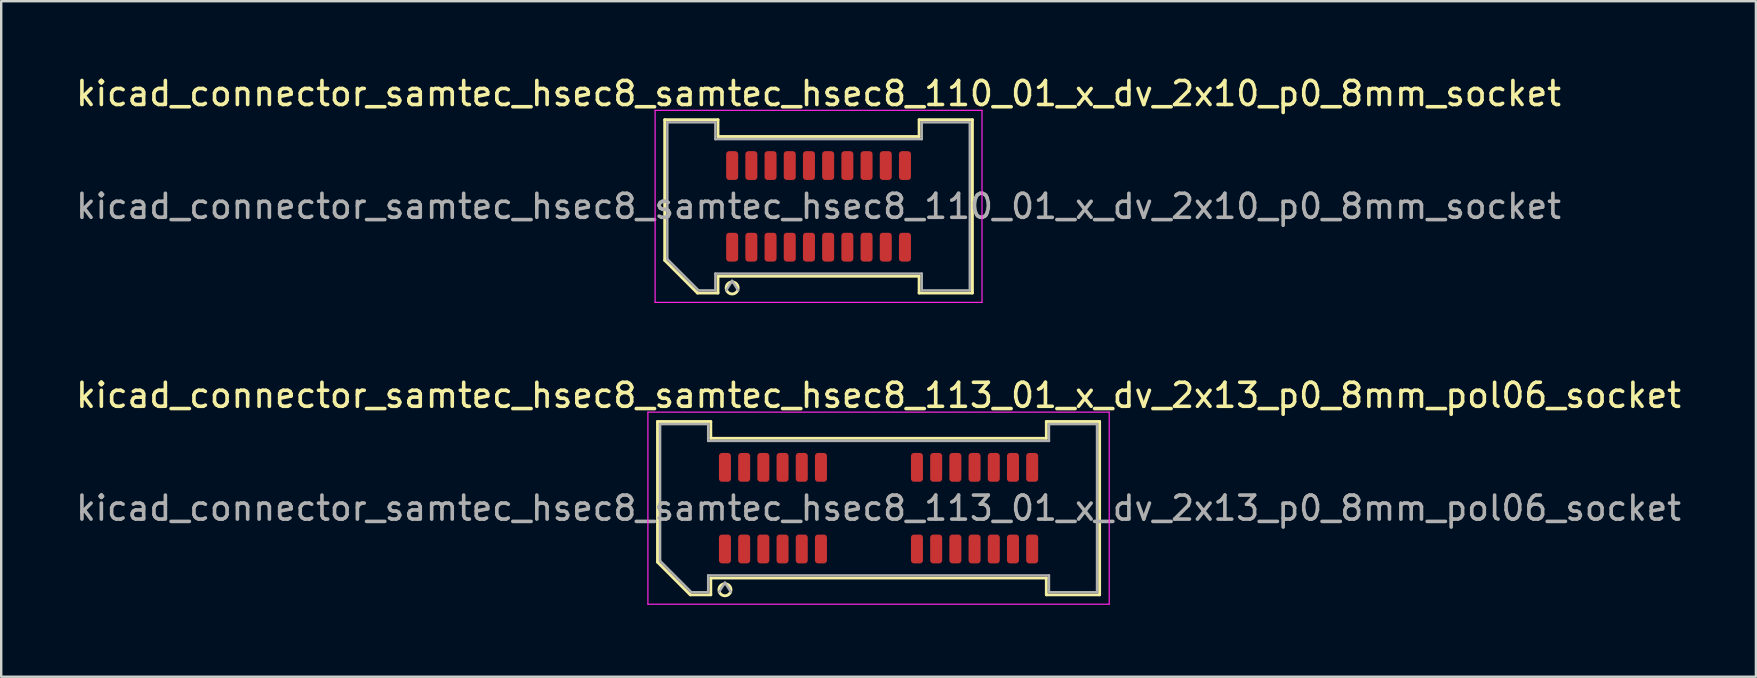
<source format=kicad_pcb>
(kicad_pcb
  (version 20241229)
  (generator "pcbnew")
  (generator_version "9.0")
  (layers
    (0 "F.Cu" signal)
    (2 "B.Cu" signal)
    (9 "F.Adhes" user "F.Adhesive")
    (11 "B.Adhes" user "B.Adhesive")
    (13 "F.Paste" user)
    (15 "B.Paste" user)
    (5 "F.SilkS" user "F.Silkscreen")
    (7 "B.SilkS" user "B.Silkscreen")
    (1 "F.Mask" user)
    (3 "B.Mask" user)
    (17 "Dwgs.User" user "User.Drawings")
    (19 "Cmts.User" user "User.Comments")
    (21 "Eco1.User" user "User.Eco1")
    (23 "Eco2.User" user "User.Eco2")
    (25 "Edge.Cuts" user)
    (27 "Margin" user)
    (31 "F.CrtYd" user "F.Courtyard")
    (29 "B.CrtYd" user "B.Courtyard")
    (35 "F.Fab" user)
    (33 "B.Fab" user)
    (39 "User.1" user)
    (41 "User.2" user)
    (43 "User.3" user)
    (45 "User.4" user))
  (footprint "kicad_connector_samtec_hsec8_samtec_hsec8_110_01_x_dv_2x10_p0_8mm_socket"
    (layer "F.Cu")
    (at 31.054 5.548)
    (property "Reference" "kicad_connector_samtec_hsec8_samtec_hsec8_110_01_x_dv_2x10_p0_8mm_socket" (at 0 -4.7 0) (layer "F.SilkS") (effects (font (size 1 1) (thickness 0.15))))
    (attr smd)
    (fp_line (start -6.41 -3.61) (end -4.19 -3.61) (stroke (width 0.12) (type solid)) (layer "F.SilkS"))
    (fp_line (start -6.41 2.246) (end -6.41 -3.61) (stroke (width 0.12) (type solid)) (layer "F.SilkS"))
    (fp_line (start -5.046 3.61) (end -6.41 2.246) (stroke (width 0.12) (type solid)) (layer "F.SilkS"))
    (fp_line (start -4.19 -3.61) (end -4.19 -2.91) (stroke (width 0.12) (type solid)) (layer "F.SilkS"))
    (fp_line (start -4.19 -2.91) (end 4.19 -2.91) (stroke (width 0.12) (type solid)) (layer "F.SilkS"))
    (fp_line (start -4.19 2.91) (end -4.19 3.61) (stroke (width 0.12) (type solid)) (layer "F.SilkS"))
    (fp_line (start -4.19 3.61) (end -5.046 3.61) (stroke (width 0.12) (type solid)) (layer "F.SilkS"))
    (fp_line (start 4.19 -3.61) (end 6.41 -3.61) (stroke (width 0.12) (type solid)) (layer "F.SilkS"))
    (fp_line (start 4.19 -2.91) (end 4.19 -3.61) (stroke (width 0.12) (type solid)) (layer "F.SilkS"))
    (fp_line (start 4.19 2.91) (end -4.19 2.91) (stroke (width 0.12) (type solid)) (layer "F.SilkS"))
    (fp_line (start 4.19 3.61) (end 4.19 2.91) (stroke (width 0.12) (type solid)) (layer "F.SilkS"))
    (fp_line (start 6.41 -3.61) (end 6.41 3.61) (stroke (width 0.12) (type solid)) (layer "F.SilkS"))
    (fp_line (start 6.41 3.61) (end 4.19 3.61) (stroke (width 0.12) (type solid)) (layer "F.SilkS"))
    (fp_arc (start -3.35 3.4) (mid -3.85 3.4) (end -3.35 3.4) (stroke (width 0.12) (type solid)) (layer "F.SilkS"))
    (fp_line (start -6.81 -4) (end -6.81 4) (stroke (width 0.05) (type solid)) (layer "F.CrtYd"))
    (fp_line (start -6.81 4) (end 6.81 4) (stroke (width 0.05) (type solid)) (layer "F.CrtYd"))
    (fp_line (start 6.81 -4) (end -6.81 -4) (stroke (width 0.05) (type solid)) (layer "F.CrtYd"))
    (fp_line (start 6.81 4) (end 6.81 -4) (stroke (width 0.05) (type solid)) (layer "F.CrtYd"))
    (fp_line (start -6.3 -3.5) (end -4.3 -3.5) (stroke (width 0.1) (type solid)) (layer "F.Fab"))
    (fp_line (start -6.3 2.2) (end -6.3 -3.5) (stroke (width 0.1) (type solid)) (layer "F.Fab"))
    (fp_line (start -5 3.5) (end -6.3 2.2) (stroke (width 0.1) (type solid)) (layer "F.Fab"))
    (fp_line (start -4.3 -3.5) (end -4.3 -2.8) (stroke (width 0.1) (type solid)) (layer "F.Fab"))
    (fp_line (start -4.3 -2.8) (end 4.3 -2.8) (stroke (width 0.1) (type solid)) (layer "F.Fab"))
    (fp_line (start -4.3 2.8) (end -4.3 3.5) (stroke (width 0.1) (type solid)) (layer "F.Fab"))
    (fp_line (start -4.3 3.5) (end -5 3.5) (stroke (width 0.1) (type solid)) (layer "F.Fab"))
    (fp_line (start -3.6 3.1) (end -3.85 3.5) (stroke (width 0.1) (type solid)) (layer "F.Fab"))
    (fp_line (start -3.6 3.1) (end -3.35 3.5) (stroke (width 0.1) (type solid)) (layer "F.Fab"))
    (fp_line (start 4.3 -3.5) (end 6.3 -3.5) (stroke (width 0.1) (type solid)) (layer "F.Fab"))
    (fp_line (start 4.3 -2.8) (end 4.3 -3.5) (stroke (width 0.1) (type solid)) (layer "F.Fab"))
    (fp_line (start 4.3 2.8) (end -4.3 2.8) (stroke (width 0.1) (type solid)) (layer "F.Fab"))
    (fp_line (start 4.3 3.5) (end 4.3 2.8) (stroke (width 0.1) (type solid)) (layer "F.Fab"))
    (fp_line (start 6.3 -3.5) (end 6.3 3.5) (stroke (width 0.1) (type solid)) (layer "F.Fab"))
    (fp_line (start 6.3 3.5) (end 4.3 3.5) (stroke (width 0.1) (type solid)) (layer "F.Fab"))
    (fp_text user "${REFERENCE}" (at 0 0 0) (layer "F.Fab") (effects (font (size 1 1) (thickness 0.15))))
    (pad "1" smd roundrect (at -3.6 1.7) (size 0.5 1.2) (layers "F.Cu" "F.Mask" "F.Paste") (roundrect_rratio 0.25))
    (pad "2" smd roundrect (at -3.6 -1.7) (size 0.5 1.2) (layers "F.Cu" "F.Mask" "F.Paste") (roundrect_rratio 0.25))
    (pad "3" smd roundrect (at -2.8 1.7) (size 0.5 1.2) (layers "F.Cu" "F.Mask" "F.Paste") (roundrect_rratio 0.25))
    (pad "4" smd roundrect (at -2.8 -1.7) (size 0.5 1.2) (layers "F.Cu" "F.Mask" "F.Paste") (roundrect_rratio 0.25))
    (pad "5" smd roundrect (at -2 1.7) (size 0.5 1.2) (layers "F.Cu" "F.Mask" "F.Paste") (roundrect_rratio 0.25))
    (pad "6" smd roundrect (at -2 -1.7) (size 0.5 1.2) (layers "F.Cu" "F.Mask" "F.Paste") (roundrect_rratio 0.25))
    (pad "7" smd roundrect (at -1.2 1.7) (size 0.5 1.2) (layers "F.Cu" "F.Mask" "F.Paste") (roundrect_rratio 0.25))
    (pad "8" smd roundrect (at -1.2 -1.7) (size 0.5 1.2) (layers "F.Cu" "F.Mask" "F.Paste") (roundrect_rratio 0.25))
    (pad "9" smd roundrect (at -0.4 1.7) (size 0.5 1.2) (layers "F.Cu" "F.Mask" "F.Paste") (roundrect_rratio 0.25))
    (pad "10" smd roundrect (at -0.4 -1.7) (size 0.5 1.2) (layers "F.Cu" "F.Mask" "F.Paste") (roundrect_rratio 0.25))
    (pad "11" smd roundrect (at 0.4 1.7) (size 0.5 1.2) (layers "F.Cu" "F.Mask" "F.Paste") (roundrect_rratio 0.25))
    (pad "12" smd roundrect (at 0.4 -1.7) (size 0.5 1.2) (layers "F.Cu" "F.Mask" "F.Paste") (roundrect_rratio 0.25))
    (pad "13" smd roundrect (at 1.2 1.7) (size 0.5 1.2) (layers "F.Cu" "F.Mask" "F.Paste") (roundrect_rratio 0.25))
    (pad "14" smd roundrect (at 1.2 -1.7) (size 0.5 1.2) (layers "F.Cu" "F.Mask" "F.Paste") (roundrect_rratio 0.25))
    (pad "15" smd roundrect (at 2 1.7) (size 0.5 1.2) (layers "F.Cu" "F.Mask" "F.Paste") (roundrect_rratio 0.25))
    (pad "16" smd roundrect (at 2 -1.7) (size 0.5 1.2) (layers "F.Cu" "F.Mask" "F.Paste") (roundrect_rratio 0.25))
    (pad "17" smd roundrect (at 2.8 1.7) (size 0.5 1.2) (layers "F.Cu" "F.Mask" "F.Paste") (roundrect_rratio 0.25))
    (pad "18" smd roundrect (at 2.8 -1.7) (size 0.5 1.2) (layers "F.Cu" "F.Mask" "F.Paste") (roundrect_rratio 0.25))
    (pad "19" smd roundrect (at 3.6 1.7) (size 0.5 1.2) (layers "F.Cu" "F.Mask" "F.Paste") (roundrect_rratio 0.25))
    (pad "20" smd roundrect (at 3.6 -1.7) (size 0.5 1.2) (layers "F.Cu" "F.Mask" "F.Paste") (roundrect_rratio 0.25)))
  (footprint "kicad_connector_samtec_hsec8_samtec_hsec8_113_01_x_dv_2x13_p0_8mm_pol06_socket"
    (layer "F.Cu")
    (at 33.554 18.122)
    (property "Reference" "kicad_connector_samtec_hsec8_samtec_hsec8_113_01_x_dv_2x13_p0_8mm_pol06_socket" (at 0 -4.7 0) (layer "F.SilkS") (effects (font (size 1 1) (thickness 0.15))))
    (attr smd)
    (fp_line (start -9.21 -3.61) (end -6.99 -3.61) (stroke (width 0.12) (type solid)) (layer "F.SilkS"))
    (fp_line (start -9.21 2.246) (end -9.21 -3.61) (stroke (width 0.12) (type solid)) (layer "F.SilkS"))
    (fp_line (start -7.846 3.61) (end -9.21 2.246) (stroke (width 0.12) (type solid)) (layer "F.SilkS"))
    (fp_line (start -6.99 -3.61) (end -6.99 -2.91) (stroke (width 0.12) (type solid)) (layer "F.SilkS"))
    (fp_line (start -6.99 -2.91) (end 6.99 -2.91) (stroke (width 0.12) (type solid)) (layer "F.SilkS"))
    (fp_line (start -6.99 2.91) (end -6.99 3.61) (stroke (width 0.12) (type solid)) (layer "F.SilkS"))
    (fp_line (start -6.99 3.61) (end -7.846 3.61) (stroke (width 0.12) (type solid)) (layer "F.SilkS"))
    (fp_line (start 6.99 -3.61) (end 9.21 -3.61) (stroke (width 0.12) (type solid)) (layer "F.SilkS"))
    (fp_line (start 6.99 -2.91) (end 6.99 -3.61) (stroke (width 0.12) (type solid)) (layer "F.SilkS"))
    (fp_line (start 6.99 2.91) (end -6.99 2.91) (stroke (width 0.12) (type solid)) (layer "F.SilkS"))
    (fp_line (start 6.99 3.61) (end 6.99 2.91) (stroke (width 0.12) (type solid)) (layer "F.SilkS"))
    (fp_line (start 9.21 -3.61) (end 9.21 3.61) (stroke (width 0.12) (type solid)) (layer "F.SilkS"))
    (fp_line (start 9.21 3.61) (end 6.99 3.61) (stroke (width 0.12) (type solid)) (layer "F.SilkS"))
    (fp_arc (start -6.15 3.4) (mid -6.65 3.4) (end -6.15 3.4) (stroke (width 0.12) (type solid)) (layer "F.SilkS"))
    (fp_line (start -9.61 -4) (end -9.61 4) (stroke (width 0.05) (type solid)) (layer "F.CrtYd"))
    (fp_line (start -9.61 4) (end 9.61 4) (stroke (width 0.05) (type solid)) (layer "F.CrtYd"))
    (fp_line (start 9.61 -4) (end -9.61 -4) (stroke (width 0.05) (type solid)) (layer "F.CrtYd"))
    (fp_line (start 9.61 4) (end 9.61 -4) (stroke (width 0.05) (type solid)) (layer "F.CrtYd"))
    (fp_line (start -9.1 -3.5) (end -7.1 -3.5) (stroke (width 0.1) (type solid)) (layer "F.Fab"))
    (fp_line (start -9.1 2.2) (end -9.1 -3.5) (stroke (width 0.1) (type solid)) (layer "F.Fab"))
    (fp_line (start -7.8 3.5) (end -9.1 2.2) (stroke (width 0.1) (type solid)) (layer "F.Fab"))
    (fp_line (start -7.1 -3.5) (end -7.1 -2.8) (stroke (width 0.1) (type solid)) (layer "F.Fab"))
    (fp_line (start -7.1 -2.8) (end 7.1 -2.8) (stroke (width 0.1) (type solid)) (layer "F.Fab"))
    (fp_line (start -7.1 2.8) (end -7.1 3.5) (stroke (width 0.1) (type solid)) (layer "F.Fab"))
    (fp_line (start -7.1 3.5) (end -7.8 3.5) (stroke (width 0.1) (type solid)) (layer "F.Fab"))
    (fp_line (start -6.4 3.1) (end -6.65 3.5) (stroke (width 0.1) (type solid)) (layer "F.Fab"))
    (fp_line (start -6.4 3.1) (end -6.15 3.5) (stroke (width 0.1) (type solid)) (layer "F.Fab"))
    (fp_line (start 7.1 -3.5) (end 9.1 -3.5) (stroke (width 0.1) (type solid)) (layer "F.Fab"))
    (fp_line (start 7.1 -2.8) (end 7.1 -3.5) (stroke (width 0.1) (type solid)) (layer "F.Fab"))
    (fp_line (start 7.1 2.8) (end -7.1 2.8) (stroke (width 0.1) (type solid)) (layer "F.Fab"))
    (fp_line (start 7.1 3.5) (end 7.1 2.8) (stroke (width 0.1) (type solid)) (layer "F.Fab"))
    (fp_line (start 9.1 -3.5) (end 9.1 3.5) (stroke (width 0.1) (type solid)) (layer "F.Fab"))
    (fp_line (start 9.1 3.5) (end 7.1 3.5) (stroke (width 0.1) (type solid)) (layer "F.Fab"))
    (fp_text user "${REFERENCE}" (at 0 0 0) (layer "F.Fab") (effects (font (size 1 1) (thickness 0.15))))
    (pad "1" smd roundrect (at -6.4 1.7) (size 0.5 1.2) (layers "F.Cu" "F.Mask" "F.Paste") (roundrect_rratio 0.25))
    (pad "2" smd roundrect (at -6.4 -1.7) (size 0.5 1.2) (layers "F.Cu" "F.Mask" "F.Paste") (roundrect_rratio 0.25))
    (pad "3" smd roundrect (at -5.6 1.7) (size 0.5 1.2) (layers "F.Cu" "F.Mask" "F.Paste") (roundrect_rratio 0.25))
    (pad "4" smd roundrect (at -5.6 -1.7) (size 0.5 1.2) (layers "F.Cu" "F.Mask" "F.Paste") (roundrect_rratio 0.25))
    (pad "5" smd roundrect (at -4.8 1.7) (size 0.5 1.2) (layers "F.Cu" "F.Mask" "F.Paste") (roundrect_rratio 0.25))
    (pad "6" smd roundrect (at -4.8 -1.7) (size 0.5 1.2) (layers "F.Cu" "F.Mask" "F.Paste") (roundrect_rratio 0.25))
    (pad "7" smd roundrect (at -4 1.7) (size 0.5 1.2) (layers "F.Cu" "F.Mask" "F.Paste") (roundrect_rratio 0.25))
    (pad "8" smd roundrect (at -4 -1.7) (size 0.5 1.2) (layers "F.Cu" "F.Mask" "F.Paste") (roundrect_rratio 0.25))
    (pad "9" smd roundrect (at -3.2 1.7) (size 0.5 1.2) (layers "F.Cu" "F.Mask" "F.Paste") (roundrect_rratio 0.25))
    (pad "10" smd roundrect (at -3.2 -1.7) (size 0.5 1.2) (layers "F.Cu" "F.Mask" "F.Paste") (roundrect_rratio 0.25))
    (pad "11" smd roundrect (at -2.4 1.7) (size 0.5 1.2) (layers "F.Cu" "F.Mask" "F.Paste") (roundrect_rratio 0.25))
    (pad "12" smd roundrect (at -2.4 -1.7) (size 0.5 1.2) (layers "F.Cu" "F.Mask" "F.Paste") (roundrect_rratio 0.25))
    (pad "13" smd roundrect (at 1.6 1.7) (size 0.5 1.2) (layers "F.Cu" "F.Mask" "F.Paste") (roundrect_rratio 0.25))
    (pad "14" smd roundrect (at 1.6 -1.7) (size 0.5 1.2) (layers "F.Cu" "F.Mask" "F.Paste") (roundrect_rratio 0.25))
    (pad "15" smd roundrect (at 2.4 1.7) (size 0.5 1.2) (layers "F.Cu" "F.Mask" "F.Paste") (roundrect_rratio 0.25))
    (pad "16" smd roundrect (at 2.4 -1.7) (size 0.5 1.2) (layers "F.Cu" "F.Mask" "F.Paste") (roundrect_rratio 0.25))
    (pad "17" smd roundrect (at 3.2 1.7) (size 0.5 1.2) (layers "F.Cu" "F.Mask" "F.Paste") (roundrect_rratio 0.25))
    (pad "18" smd roundrect (at 3.2 -1.7) (size 0.5 1.2) (layers "F.Cu" "F.Mask" "F.Paste") (roundrect_rratio 0.25))
    (pad "19" smd roundrect (at 4 1.7) (size 0.5 1.2) (layers "F.Cu" "F.Mask" "F.Paste") (roundrect_rratio 0.25))
    (pad "20" smd roundrect (at 4 -1.7) (size 0.5 1.2) (layers "F.Cu" "F.Mask" "F.Paste") (roundrect_rratio 0.25))
    (pad "21" smd roundrect (at 4.8 1.7) (size 0.5 1.2) (layers "F.Cu" "F.Mask" "F.Paste") (roundrect_rratio 0.25))
    (pad "22" smd roundrect (at 4.8 -1.7) (size 0.5 1.2) (layers "F.Cu" "F.Mask" "F.Paste") (roundrect_rratio 0.25))
    (pad "23" smd roundrect (at 5.6 1.7) (size 0.5 1.2) (layers "F.Cu" "F.Mask" "F.Paste") (roundrect_rratio 0.25))
    (pad "24" smd roundrect (at 5.6 -1.7) (size 0.5 1.2) (layers "F.Cu" "F.Mask" "F.Paste") (roundrect_rratio 0.25))
    (pad "25" smd roundrect (at 6.4 1.7) (size 0.5 1.2) (layers "F.Cu" "F.Mask" "F.Paste") (roundrect_rratio 0.25))
    (pad "26" smd roundrect (at 6.4 -1.7) (size 0.5 1.2) (layers "F.Cu" "F.Mask" "F.Paste") (roundrect_rratio 0.25)))
  (gr_rect
    (start -3 -3)
    (end 70.107 25.146)
    (stroke (width 0.1) (type default))
    (fill no)
    (layer "Edge.Cuts")))
</source>
